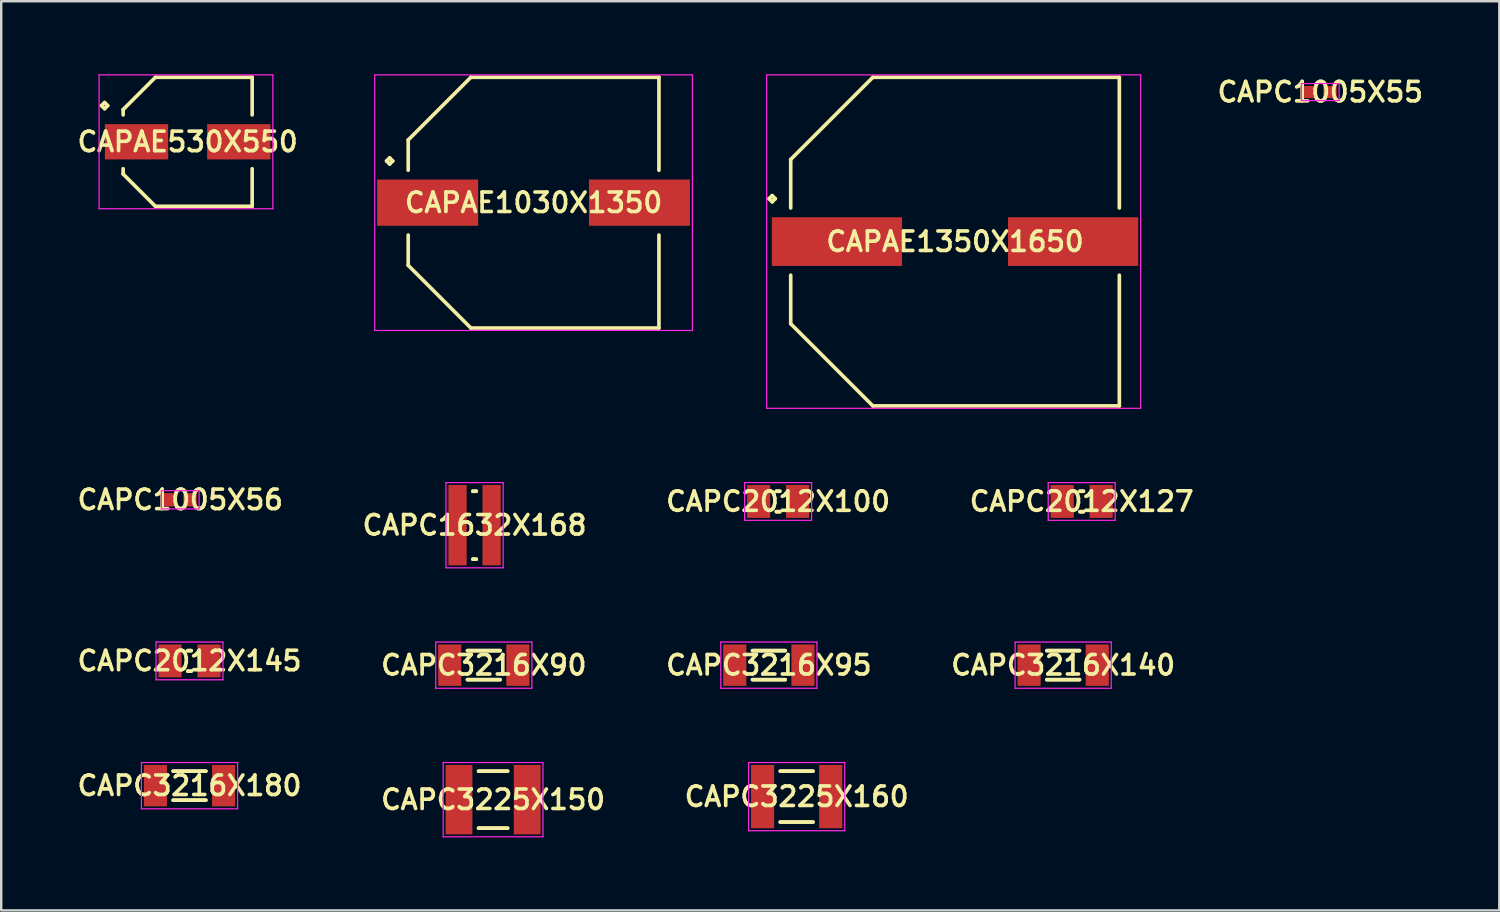
<source format=kicad_pcb>
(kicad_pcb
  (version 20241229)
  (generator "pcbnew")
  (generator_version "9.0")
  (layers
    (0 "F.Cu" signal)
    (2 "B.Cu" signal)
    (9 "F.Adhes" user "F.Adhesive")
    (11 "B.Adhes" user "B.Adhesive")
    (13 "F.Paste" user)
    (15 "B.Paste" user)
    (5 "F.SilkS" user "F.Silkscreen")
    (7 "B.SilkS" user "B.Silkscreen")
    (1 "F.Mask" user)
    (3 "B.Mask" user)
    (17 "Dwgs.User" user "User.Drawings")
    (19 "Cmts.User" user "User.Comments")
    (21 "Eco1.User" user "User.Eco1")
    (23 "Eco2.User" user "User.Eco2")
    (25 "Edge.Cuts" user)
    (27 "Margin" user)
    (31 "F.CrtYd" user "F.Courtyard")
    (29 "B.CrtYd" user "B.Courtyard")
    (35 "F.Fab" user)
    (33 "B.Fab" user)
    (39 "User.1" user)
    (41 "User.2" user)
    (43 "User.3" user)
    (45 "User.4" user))
  (footprint "CAPC1005X56"
    (layer "F.Cu")
    (at 4.355 17.481)
    (property "Reference" "CAPC1005X56" (at 0 0 0) (layer "F.SilkS") (effects (font (size 0.8 0.8) (thickness 0.15))))
    (attr smd)
    (fp_line (start -0.775 -0.375) (end 0.775 -0.375) (stroke (width 0.05) (type solid)) (layer "F.CrtYd"))
    (fp_line (start -0.775 0.375) (end -0.775 -0.375) (stroke (width 0.05) (type solid)) (layer "F.CrtYd"))
    (fp_line (start 0.775 -0.375) (end 0.775 0.375) (stroke (width 0.05) (type solid)) (layer "F.CrtYd"))
    (fp_line (start 0.775 0.375) (end -0.775 0.375) (stroke (width 0.05) (type solid)) (layer "F.CrtYd"))
    (pad "1" smd rect (at -0.4 0) (size 0.55 0.55) (layers "F.Cu" "F.Mask" "F.Paste"))
    (pad "2" smd rect (at 0.4 0) (size 0.55 0.55) (layers "F.Cu" "F.Mask" "F.Paste")))
  (footprint "CAPC1005X55"
    (layer "F.Cu")
    (at 51.187 0.731)
    (property "Reference" "CAPC1005X55" (at 0 0 0) (layer "F.SilkS") (effects (font (size 0.8 0.8) (thickness 0.15))))
    (attr smd)
    (fp_line (start -0.775 -0.35) (end 0.775 -0.35) (stroke (width 0.05) (type solid)) (layer "F.CrtYd"))
    (fp_line (start -0.775 0.35) (end -0.775 -0.35) (stroke (width 0.05) (type solid)) (layer "F.CrtYd"))
    (fp_line (start 0.775 -0.35) (end 0.775 0.35) (stroke (width 0.05) (type solid)) (layer "F.CrtYd"))
    (fp_line (start 0.775 0.35) (end -0.775 0.35) (stroke (width 0.05) (type solid)) (layer "F.CrtYd"))
    (pad "1" smd rect (at -0.4 0) (size 0.55 0.5) (layers "F.Cu" "F.Mask" "F.Paste"))
    (pad "2" smd rect (at 0.4 0) (size 0.55 0.5) (layers "F.Cu" "F.Mask" "F.Paste")))
  (footprint "CAPAE1350X1650"
    (layer "F.Cu")
    (at 36.183 6.875)
    (property "Reference" "CAPAE1350X1650" (at 0 0 0) (layer "F.SilkS") (effects (font (size 0.8 0.8) (thickness 0.15))))
    (attr smd)
    (fp_line (start -7.639 -1.762) (end -7.512 -1.889) (stroke (width 0.15) (type solid)) (layer "F.SilkS"))
    (fp_line (start -7.512 -1.889) (end -7.385 -1.762) (stroke (width 0.15) (type solid)) (layer "F.SilkS"))
    (fp_line (start -7.512 -1.635) (end -7.639 -1.762) (stroke (width 0.15) (type solid)) (layer "F.SilkS"))
    (fp_line (start -7.385 -1.762) (end -7.512 -1.635) (stroke (width 0.15) (type solid)) (layer "F.SilkS"))
    (fp_line (start -6.75 -3.375) (end -6.75 -1.381) (stroke (width 0.15) (type solid)) (layer "F.SilkS"))
    (fp_line (start -6.75 3.375) (end -6.75 1.381) (stroke (width 0.15) (type solid)) (layer "F.SilkS"))
    (fp_line (start -3.375 -6.75) (end -6.75 -3.375) (stroke (width 0.15) (type solid)) (layer "F.SilkS"))
    (fp_line (start -3.375 6.75) (end -6.75 3.375) (stroke (width 0.15) (type solid)) (layer "F.SilkS"))
    (fp_line (start 6.75 -6.75) (end -3.375 -6.75) (stroke (width 0.15) (type solid)) (layer "F.SilkS"))
    (fp_line (start 6.75 -1.381) (end 6.75 -6.75) (stroke (width 0.15) (type solid)) (layer "F.SilkS"))
    (fp_line (start 6.75 1.381) (end 6.75 6.75) (stroke (width 0.15) (type solid)) (layer "F.SilkS"))
    (fp_line (start 6.75 6.75) (end -3.375 6.75) (stroke (width 0.15) (type solid)) (layer "F.SilkS"))
    (fp_line (start -7.739 -6.85) (end 7.625 -6.85) (stroke (width 0.05) (type solid)) (layer "F.CrtYd"))
    (fp_line (start -7.739 6.85) (end -7.739 -6.85) (stroke (width 0.05) (type solid)) (layer "F.CrtYd"))
    (fp_line (start 7.625 -6.85) (end 7.625 6.85) (stroke (width 0.05) (type solid)) (layer "F.CrtYd"))
    (fp_line (start 7.625 6.85) (end -7.739 6.85) (stroke (width 0.05) (type solid)) (layer "F.CrtYd"))
    (pad "1" smd rect (at -4.85 0) (size 5.35 2) (layers "F.Cu" "F.Mask" "F.Paste"))
    (pad "2" smd rect (at 4.85 0) (size 5.35 2) (layers "F.Cu" "F.Mask" "F.Paste")))
  (footprint "CAPC2012X100"
    (layer "F.Cu")
    (at 28.915 17.55)
    (property "Reference" "CAPC2012X100" (at 0 0 0) (layer "F.SilkS") (effects (font (size 0.8 0.8) (thickness 0.15))))
    (attr smd)
    (fp_line (start -0.071 -0.421) (end 0.071 -0.421) (stroke (width 0.15) (type solid)) (layer "F.SilkS"))
    (fp_line (start -0.071 0.421) (end 0.071 0.421) (stroke (width 0.15) (type solid)) (layer "F.SilkS"))
    (fp_line (start 0.071 -0.421) (end -0.071 -0.421) (stroke (width 0.15) (type solid)) (layer "F.SilkS"))
    (fp_line (start 0.071 0.421) (end -0.071 0.421) (stroke (width 0.15) (type solid)) (layer "F.SilkS"))
    (fp_line (start -1.375 -0.775) (end 1.375 -0.775) (stroke (width 0.05) (type solid)) (layer "F.CrtYd"))
    (fp_line (start -1.375 0.775) (end -1.375 -0.775) (stroke (width 0.05) (type solid)) (layer "F.CrtYd"))
    (fp_line (start 1.375 -0.775) (end 1.375 0.775) (stroke (width 0.05) (type solid)) (layer "F.CrtYd"))
    (fp_line (start 1.375 0.775) (end -1.375 0.775) (stroke (width 0.05) (type solid)) (layer "F.CrtYd"))
    (pad "1" smd rect (at -0.8 0) (size 0.95 1.35) (layers "F.Cu" "F.Mask" "F.Paste"))
    (pad "2" smd rect (at 0.8 0) (size 0.95 1.35) (layers "F.Cu" "F.Mask" "F.Paste")))
  (footprint "CAPC1632X168"
    (layer "F.Cu")
    (at 16.445 18.525)
    (property "Reference" "CAPC1632X168" (at 0 0 0) (layer "F.SilkS") (effects (font (size 0.8 0.8) (thickness 0.15))))
    (attr smd)
    (fp_line (start -0.071 -1.396) (end 0.071 -1.396) (stroke (width 0.15) (type solid)) (layer "F.SilkS"))
    (fp_line (start -0.071 1.396) (end 0.071 1.396) (stroke (width 0.15) (type solid)) (layer "F.SilkS"))
    (fp_line (start 0.071 -1.396) (end -0.071 -1.396) (stroke (width 0.15) (type solid)) (layer "F.SilkS"))
    (fp_line (start 0.071 1.396) (end -0.071 1.396) (stroke (width 0.15) (type solid)) (layer "F.SilkS"))
    (fp_line (start -1.175 -1.75) (end 1.175 -1.75) (stroke (width 0.05) (type solid)) (layer "F.CrtYd"))
    (fp_line (start -1.175 1.75) (end -1.175 -1.75) (stroke (width 0.05) (type solid)) (layer "F.CrtYd"))
    (fp_line (start 1.175 -1.75) (end 1.175 1.75) (stroke (width 0.05) (type solid)) (layer "F.CrtYd"))
    (fp_line (start 1.175 1.75) (end -1.175 1.75) (stroke (width 0.05) (type solid)) (layer "F.CrtYd"))
    (pad "1" smd rect (at -0.7 0) (size 0.75 3.3) (layers "F.Cu" "F.Mask" "F.Paste"))
    (pad "2" smd rect (at 0.7 0) (size 0.75 3.3) (layers "F.Cu" "F.Mask" "F.Paste")))
  (footprint "CAPC3225X160"
    (layer "F.Cu")
    (at 29.677 29.675)
    (property "Reference" "CAPC3225X160" (at 0 0 0) (layer "F.SilkS") (effects (font (size 0.8 0.8) (thickness 0.15))))
    (attr smd)
    (fp_line (start -0.671 -1.046) (end 0.671 -1.046) (stroke (width 0.15) (type solid)) (layer "F.SilkS"))
    (fp_line (start -0.671 1.046) (end 0.671 1.046) (stroke (width 0.15) (type solid)) (layer "F.SilkS"))
    (fp_line (start 0.671 -1.046) (end -0.671 -1.046) (stroke (width 0.15) (type solid)) (layer "F.SilkS"))
    (fp_line (start 0.671 1.046) (end -0.671 1.046) (stroke (width 0.15) (type solid)) (layer "F.SilkS"))
    (fp_line (start -1.975 -1.4) (end 1.975 -1.4) (stroke (width 0.05) (type solid)) (layer "F.CrtYd"))
    (fp_line (start -1.975 1.4) (end -1.975 -1.4) (stroke (width 0.05) (type solid)) (layer "F.CrtYd"))
    (fp_line (start 1.975 -1.4) (end 1.975 1.4) (stroke (width 0.05) (type solid)) (layer "F.CrtYd"))
    (fp_line (start 1.975 1.4) (end -1.975 1.4) (stroke (width 0.05) (type solid)) (layer "F.CrtYd"))
    (pad "1" smd rect (at -1.4 0) (size 0.95 2.6) (layers "F.Cu" "F.Mask" "F.Paste"))
    (pad "2" smd rect (at 1.4 0) (size 0.95 2.6) (layers "F.Cu" "F.Mask" "F.Paste")))
  (footprint "CAPC2012X145"
    (layer "F.Cu")
    (at 4.735 24.1)
    (property "Reference" "CAPC2012X145" (at 0 0 0) (layer "F.SilkS") (effects (font (size 0.8 0.8) (thickness 0.15))))
    (attr smd)
    (fp_line (start -0.071 -0.421) (end 0.071 -0.421) (stroke (width 0.15) (type solid)) (layer "F.SilkS"))
    (fp_line (start -0.071 0.421) (end 0.071 0.421) (stroke (width 0.15) (type solid)) (layer "F.SilkS"))
    (fp_line (start 0.071 -0.421) (end -0.071 -0.421) (stroke (width 0.15) (type solid)) (layer "F.SilkS"))
    (fp_line (start 0.071 0.421) (end -0.071 0.421) (stroke (width 0.15) (type solid)) (layer "F.SilkS"))
    (fp_line (start -1.375 -0.775) (end 1.375 -0.775) (stroke (width 0.05) (type solid)) (layer "F.CrtYd"))
    (fp_line (start -1.375 0.775) (end -1.375 -0.775) (stroke (width 0.05) (type solid)) (layer "F.CrtYd"))
    (fp_line (start 1.375 -0.775) (end 1.375 0.775) (stroke (width 0.05) (type solid)) (layer "F.CrtYd"))
    (fp_line (start 1.375 0.775) (end -1.375 0.775) (stroke (width 0.05) (type solid)) (layer "F.CrtYd"))
    (pad "1" smd rect (at -0.8 0) (size 0.95 1.35) (layers "F.Cu" "F.Mask" "F.Paste"))
    (pad "2" smd rect (at 0.8 0) (size 0.95 1.35) (layers "F.Cu" "F.Mask" "F.Paste")))
  (footprint "CAPAE530X550"
    (layer "F.Cu")
    (at 4.659 2.775)
    (property "Reference" "CAPAE530X550" (at 0 0 0) (layer "F.SilkS") (effects (font (size 0.8 0.8) (thickness 0.15))))
    (attr smd)
    (fp_line (start -3.539 -1.487) (end -3.412 -1.614) (stroke (width 0.15) (type solid)) (layer "F.SilkS"))
    (fp_line (start -3.412 -1.614) (end -3.285 -1.487) (stroke (width 0.15) (type solid)) (layer "F.SilkS"))
    (fp_line (start -3.412 -1.36) (end -3.539 -1.487) (stroke (width 0.15) (type solid)) (layer "F.SilkS"))
    (fp_line (start -3.285 -1.487) (end -3.412 -1.36) (stroke (width 0.15) (type solid)) (layer "F.SilkS"))
    (fp_line (start -2.65 -1.325) (end -2.65 -1.106) (stroke (width 0.15) (type solid)) (layer "F.SilkS"))
    (fp_line (start -2.65 1.325) (end -2.65 1.106) (stroke (width 0.15) (type solid)) (layer "F.SilkS"))
    (fp_line (start -1.325 -2.65) (end -2.65 -1.325) (stroke (width 0.15) (type solid)) (layer "F.SilkS"))
    (fp_line (start -1.325 2.65) (end -2.65 1.325) (stroke (width 0.15) (type solid)) (layer "F.SilkS"))
    (fp_line (start 2.65 -2.65) (end -1.325 -2.65) (stroke (width 0.15) (type solid)) (layer "F.SilkS"))
    (fp_line (start 2.65 -1.106) (end 2.65 -2.65) (stroke (width 0.15) (type solid)) (layer "F.SilkS"))
    (fp_line (start 2.65 1.106) (end 2.65 2.65) (stroke (width 0.15) (type solid)) (layer "F.SilkS"))
    (fp_line (start 2.65 2.65) (end -1.325 2.65) (stroke (width 0.15) (type solid)) (layer "F.SilkS"))
    (fp_line (start -3.639 -2.75) (end 3.5 -2.75) (stroke (width 0.05) (type solid)) (layer "F.CrtYd"))
    (fp_line (start -3.639 2.75) (end -3.639 -2.75) (stroke (width 0.05) (type solid)) (layer "F.CrtYd"))
    (fp_line (start 3.5 -2.75) (end 3.5 2.75) (stroke (width 0.05) (type solid)) (layer "F.CrtYd"))
    (fp_line (start 3.5 2.75) (end -3.639 2.75) (stroke (width 0.05) (type solid)) (layer "F.CrtYd"))
    (pad "1" smd rect (at -2.1 0) (size 2.6 1.45) (layers "F.Cu" "F.Mask" "F.Paste"))
    (pad "2" smd rect (at 2.1 0) (size 2.6 1.45) (layers "F.Cu" "F.Mask" "F.Paste")))
  (footprint "CAPC3216X90"
    (layer "F.Cu")
    (at 16.825 24.275)
    (property "Reference" "CAPC3216X90" (at 0 0 0) (layer "F.SilkS") (effects (font (size 0.8 0.8) (thickness 0.15))))
    (attr smd)
    (fp_line (start -0.671 -0.596) (end 0.671 -0.596) (stroke (width 0.15) (type solid)) (layer "F.SilkS"))
    (fp_line (start -0.671 0.596) (end 0.671 0.596) (stroke (width 0.15) (type solid)) (layer "F.SilkS"))
    (fp_line (start 0.671 -0.596) (end -0.671 -0.596) (stroke (width 0.15) (type solid)) (layer "F.SilkS"))
    (fp_line (start 0.671 0.596) (end -0.671 0.596) (stroke (width 0.15) (type solid)) (layer "F.SilkS"))
    (fp_line (start -1.975 -0.95) (end 1.975 -0.95) (stroke (width 0.05) (type solid)) (layer "F.CrtYd"))
    (fp_line (start -1.975 0.95) (end -1.975 -0.95) (stroke (width 0.05) (type solid)) (layer "F.CrtYd"))
    (fp_line (start 1.975 -0.95) (end 1.975 0.95) (stroke (width 0.05) (type solid)) (layer "F.CrtYd"))
    (fp_line (start 1.975 0.95) (end -1.975 0.95) (stroke (width 0.05) (type solid)) (layer "F.CrtYd"))
    (pad "1" smd rect (at -1.4 0) (size 0.95 1.7) (layers "F.Cu" "F.Mask" "F.Paste"))
    (pad "2" smd rect (at 1.4 0) (size 0.95 1.7) (layers "F.Cu" "F.Mask" "F.Paste")))
  (footprint "CAPAE1030X1350"
    (layer "F.Cu")
    (at 18.869 5.275)
    (property "Reference" "CAPAE1030X1350" (at 0 0 0) (layer "F.SilkS") (effects (font (size 0.8 0.8) (thickness 0.15))))
    (attr smd)
    (fp_line (start -6.039 -1.712) (end -5.912 -1.839) (stroke (width 0.15) (type solid)) (layer "F.SilkS"))
    (fp_line (start -5.912 -1.839) (end -5.785 -1.712) (stroke (width 0.15) (type solid)) (layer "F.SilkS"))
    (fp_line (start -5.912 -1.585) (end -6.039 -1.712) (stroke (width 0.15) (type solid)) (layer "F.SilkS"))
    (fp_line (start -5.785 -1.712) (end -5.912 -1.585) (stroke (width 0.15) (type solid)) (layer "F.SilkS"))
    (fp_line (start -5.15 -2.575) (end -5.15 -1.331) (stroke (width 0.15) (type solid)) (layer "F.SilkS"))
    (fp_line (start -5.15 2.575) (end -5.15 1.331) (stroke (width 0.15) (type solid)) (layer "F.SilkS"))
    (fp_line (start -2.575 -5.15) (end -5.15 -2.575) (stroke (width 0.15) (type solid)) (layer "F.SilkS"))
    (fp_line (start -2.575 5.15) (end -5.15 2.575) (stroke (width 0.15) (type solid)) (layer "F.SilkS"))
    (fp_line (start 5.15 -5.15) (end -2.575 -5.15) (stroke (width 0.15) (type solid)) (layer "F.SilkS"))
    (fp_line (start 5.15 -1.331) (end 5.15 -5.15) (stroke (width 0.15) (type solid)) (layer "F.SilkS"))
    (fp_line (start 5.15 1.331) (end 5.15 5.15) (stroke (width 0.15) (type solid)) (layer "F.SilkS"))
    (fp_line (start 5.15 5.15) (end -2.575 5.15) (stroke (width 0.15) (type solid)) (layer "F.SilkS"))
    (fp_line (start -6.525 -5.25) (end 6.525 -5.25) (stroke (width 0.05) (type solid)) (layer "F.CrtYd"))
    (fp_line (start -6.525 5.25) (end -6.525 -5.25) (stroke (width 0.05) (type solid)) (layer "F.CrtYd"))
    (fp_line (start 6.525 -5.25) (end 6.525 5.25) (stroke (width 0.05) (type solid)) (layer "F.CrtYd"))
    (fp_line (start 6.525 5.25) (end -6.525 5.25) (stroke (width 0.05) (type solid)) (layer "F.CrtYd"))
    (pad "1" smd rect (at -4.35 0) (size 4.15 1.9) (layers "F.Cu" "F.Mask" "F.Paste"))
    (pad "2" smd rect (at 4.35 0) (size 4.15 1.9) (layers "F.Cu" "F.Mask" "F.Paste")))
  (footprint "CAPC2012X127"
    (layer "F.Cu")
    (at 41.386 17.55)
    (property "Reference" "CAPC2012X127" (at 0 0 0) (layer "F.SilkS") (effects (font (size 0.8 0.8) (thickness 0.15))))
    (attr smd)
    (fp_line (start -0.071 -0.421) (end 0.071 -0.421) (stroke (width 0.15) (type solid)) (layer "F.SilkS"))
    (fp_line (start -0.071 0.421) (end 0.071 0.421) (stroke (width 0.15) (type solid)) (layer "F.SilkS"))
    (fp_line (start 0.071 -0.421) (end -0.071 -0.421) (stroke (width 0.15) (type solid)) (layer "F.SilkS"))
    (fp_line (start 0.071 0.421) (end -0.071 0.421) (stroke (width 0.15) (type solid)) (layer "F.SilkS"))
    (fp_line (start -1.375 -0.775) (end 1.375 -0.775) (stroke (width 0.05) (type solid)) (layer "F.CrtYd"))
    (fp_line (start -1.375 0.775) (end -1.375 -0.775) (stroke (width 0.05) (type solid)) (layer "F.CrtYd"))
    (fp_line (start 1.375 -0.775) (end 1.375 0.775) (stroke (width 0.05) (type solid)) (layer "F.CrtYd"))
    (fp_line (start 1.375 0.775) (end -1.375 0.775) (stroke (width 0.05) (type solid)) (layer "F.CrtYd"))
    (pad "1" smd rect (at -0.8 0) (size 0.95 1.35) (layers "F.Cu" "F.Mask" "F.Paste"))
    (pad "2" smd rect (at 0.8 0) (size 0.95 1.35) (layers "F.Cu" "F.Mask" "F.Paste")))
  (footprint "CAPC3216X140"
    (layer "F.Cu")
    (at 40.625 24.275)
    (property "Reference" "CAPC3216X140" (at 0 0 0) (layer "F.SilkS") (effects (font (size 0.8 0.8) (thickness 0.15))))
    (attr smd)
    (fp_line (start -0.671 -0.596) (end 0.671 -0.596) (stroke (width 0.15) (type solid)) (layer "F.SilkS"))
    (fp_line (start -0.671 0.596) (end 0.671 0.596) (stroke (width 0.15) (type solid)) (layer "F.SilkS"))
    (fp_line (start 0.671 -0.596) (end -0.671 -0.596) (stroke (width 0.15) (type solid)) (layer "F.SilkS"))
    (fp_line (start 0.671 0.596) (end -0.671 0.596) (stroke (width 0.15) (type solid)) (layer "F.SilkS"))
    (fp_line (start -1.975 -0.95) (end 1.975 -0.95) (stroke (width 0.05) (type solid)) (layer "F.CrtYd"))
    (fp_line (start -1.975 0.95) (end -1.975 -0.95) (stroke (width 0.05) (type solid)) (layer "F.CrtYd"))
    (fp_line (start 1.975 -0.95) (end 1.975 0.95) (stroke (width 0.05) (type solid)) (layer "F.CrtYd"))
    (fp_line (start 1.975 0.95) (end -1.975 0.95) (stroke (width 0.05) (type solid)) (layer "F.CrtYd"))
    (pad "1" smd rect (at -1.4 0) (size 0.95 1.7) (layers "F.Cu" "F.Mask" "F.Paste"))
    (pad "2" smd rect (at 1.4 0) (size 0.95 1.7) (layers "F.Cu" "F.Mask" "F.Paste")))
  (footprint "CAPC3216X180"
    (layer "F.Cu")
    (at 4.735 29.225)
    (property "Reference" "CAPC3216X180" (at 0 0 0) (layer "F.SilkS") (effects (font (size 0.8 0.8) (thickness 0.15))))
    (attr smd)
    (fp_line (start -0.671 -0.596) (end 0.671 -0.596) (stroke (width 0.15) (type solid)) (layer "F.SilkS"))
    (fp_line (start -0.671 0.596) (end 0.671 0.596) (stroke (width 0.15) (type solid)) (layer "F.SilkS"))
    (fp_line (start 0.671 -0.596) (end -0.671 -0.596) (stroke (width 0.15) (type solid)) (layer "F.SilkS"))
    (fp_line (start 0.671 0.596) (end -0.671 0.596) (stroke (width 0.15) (type solid)) (layer "F.SilkS"))
    (fp_line (start -1.975 -0.95) (end 1.975 -0.95) (stroke (width 0.05) (type solid)) (layer "F.CrtYd"))
    (fp_line (start -1.975 0.95) (end -1.975 -0.95) (stroke (width 0.05) (type solid)) (layer "F.CrtYd"))
    (fp_line (start 1.975 -0.95) (end 1.975 0.95) (stroke (width 0.05) (type solid)) (layer "F.CrtYd"))
    (fp_line (start 1.975 0.95) (end -1.975 0.95) (stroke (width 0.05) (type solid)) (layer "F.CrtYd"))
    (pad "1" smd rect (at -1.4 0) (size 0.95 1.7) (layers "F.Cu" "F.Mask" "F.Paste"))
    (pad "2" smd rect (at 1.4 0) (size 0.95 1.7) (layers "F.Cu" "F.Mask" "F.Paste")))
  (footprint "CAPC3225X150"
    (layer "F.Cu")
    (at 17.206 29.8)
    (property "Reference" "CAPC3225X150" (at 0 0 0) (layer "F.SilkS") (effects (font (size 0.8 0.8) (thickness 0.15))))
    (attr smd)
    (fp_line (start -0.596 -1.171) (end 0.596 -1.171) (stroke (width 0.15) (type solid)) (layer "F.SilkS"))
    (fp_line (start -0.596 1.171) (end 0.596 1.171) (stroke (width 0.15) (type solid)) (layer "F.SilkS"))
    (fp_line (start 0.596 -1.171) (end -0.596 -1.171) (stroke (width 0.15) (type solid)) (layer "F.SilkS"))
    (fp_line (start 0.596 1.171) (end -0.596 1.171) (stroke (width 0.15) (type solid)) (layer "F.SilkS"))
    (fp_line (start -2.05 -1.525) (end 2.05 -1.525) (stroke (width 0.05) (type solid)) (layer "F.CrtYd"))
    (fp_line (start -2.05 1.525) (end -2.05 -1.525) (stroke (width 0.05) (type solid)) (layer "F.CrtYd"))
    (fp_line (start 2.05 -1.525) (end 2.05 1.525) (stroke (width 0.05) (type solid)) (layer "F.CrtYd"))
    (fp_line (start 2.05 1.525) (end -2.05 1.525) (stroke (width 0.05) (type solid)) (layer "F.CrtYd"))
    (pad "1" smd rect (at -1.4 0) (size 1.1 2.85) (layers "F.Cu" "F.Mask" "F.Paste"))
    (pad "2" smd rect (at 1.4 0) (size 1.1 2.85) (layers "F.Cu" "F.Mask" "F.Paste")))
  (footprint "CAPC3216X95"
    (layer "F.Cu")
    (at 28.535 24.275)
    (property "Reference" "CAPC3216X95" (at 0 0 0) (layer "F.SilkS") (effects (font (size 0.8 0.8) (thickness 0.15))))
    (attr smd)
    (fp_line (start -0.671 -0.596) (end 0.671 -0.596) (stroke (width 0.15) (type solid)) (layer "F.SilkS"))
    (fp_line (start -0.671 0.596) (end 0.671 0.596) (stroke (width 0.15) (type solid)) (layer "F.SilkS"))
    (fp_line (start 0.671 -0.596) (end -0.671 -0.596) (stroke (width 0.15) (type solid)) (layer "F.SilkS"))
    (fp_line (start 0.671 0.596) (end -0.671 0.596) (stroke (width 0.15) (type solid)) (layer "F.SilkS"))
    (fp_line (start -1.975 -0.95) (end 1.975 -0.95) (stroke (width 0.05) (type solid)) (layer "F.CrtYd"))
    (fp_line (start -1.975 0.95) (end -1.975 -0.95) (stroke (width 0.05) (type solid)) (layer "F.CrtYd"))
    (fp_line (start 1.975 -0.95) (end 1.975 0.95) (stroke (width 0.05) (type solid)) (layer "F.CrtYd"))
    (fp_line (start 1.975 0.95) (end -1.975 0.95) (stroke (width 0.05) (type solid)) (layer "F.CrtYd"))
    (pad "1" smd rect (at -1.4 0) (size 0.95 1.7) (layers "F.Cu" "F.Mask" "F.Paste"))
    (pad "2" smd rect (at 1.4 0) (size 0.95 1.7) (layers "F.Cu" "F.Mask" "F.Paste")))
  (gr_rect
    (start -3 -3)
    (end 58.542 34.35)
    (stroke (width 0.1) (type default))
    (fill no)
    (layer "Edge.Cuts")))
</source>
